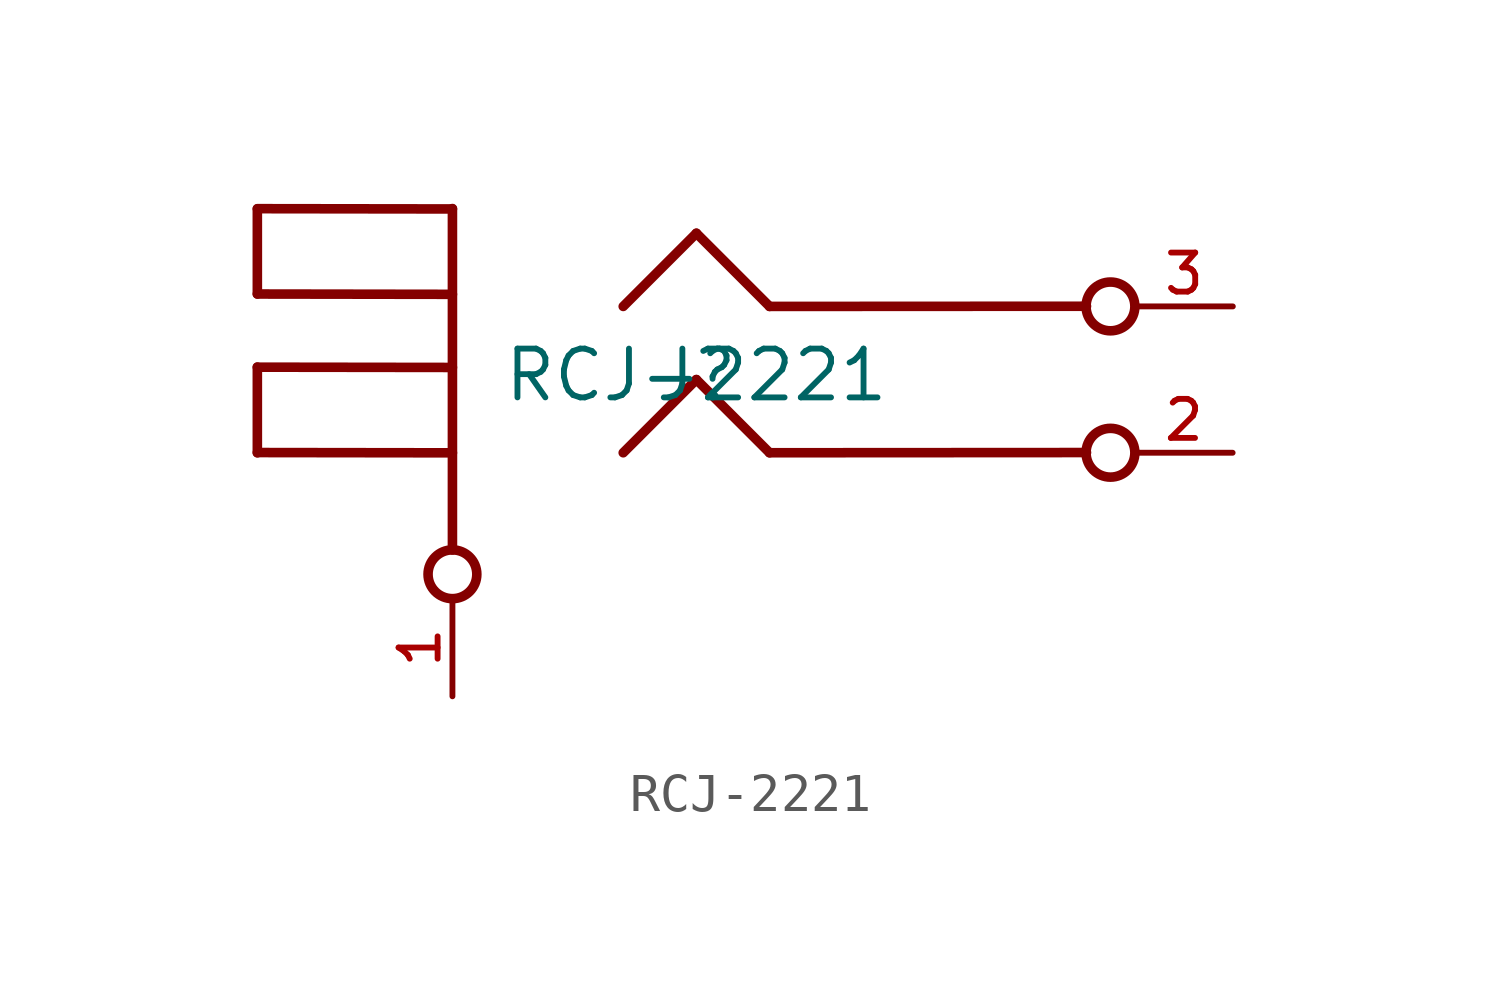
<source format=kicad_sym>
(kicad_symbol_lib
  (version 20211014)
  (generator kicad_symbol_editor)
  (symbol "RCJ-2221"
    (pin_names
      (offset 1.016))
    (property "Reference" "J"
      (at 0 0 0)
      (effects (font (size 1.27 1.27)) (justify bottom)))
    (property "Value" "RCJ-2221"
      (at 0 0.0 0)
      (effects (font (size 1.27 1.27)) (justify bottom)))
    (symbol "RCJ-2221_0_0"
      (circle (center -6.35 -4.442) (radius 0.635) (stroke (width 0.25)) (fill (type none)))
      (circle (center 10.784 2.532) (radius 0.635) (stroke (width 0.25)) (fill (type none)))
      (polyline (pts (xy -11.43 5.077) (xy -6.35 5.07)) (stroke (width 0.25)))
      (polyline (pts (xy -11.43 2.855) (xy -6.35 2.847)) (stroke (width 0.25)))
      (polyline (pts (xy 1.907 2.532) (xy 10.16 2.537)) (stroke (width 0.25)))
      (polyline (pts (xy 0.002 4.437) (xy 1.907 2.532)) (stroke (width 0.25)))
      (polyline (pts (xy -1.903 2.532) (xy 0.002 4.437)) (stroke (width 0.25)))
      (polyline (pts (xy -11.43 5.07) (xy -11.43 2.857)) (stroke (width 0.25)))
      (polyline (pts (xy -6.35 5.08) (xy -6.35 -3.81)) (stroke (width 0.25)))
      (polyline (pts (xy -11.43 0.95) (xy -6.35 0.943)) (stroke (width 0.25)))
      (polyline (pts (xy -11.43 -1.273) (xy -6.35 -1.28)) (stroke (width 0.25)))
      (polyline (pts (xy -11.43 0.952) (xy -11.43 -1.28)) (stroke (width 0.25)))
      (circle (center 10.784 -1.278) (radius 0.635) (stroke (width 0.25)) (fill (type none)))
      (polyline (pts (xy 1.907 -1.278) (xy 10.16 -1.273)) (stroke (width 0.25)))
      (polyline (pts (xy 0.002 0.627) (xy 1.907 -1.278)) (stroke (width 0.25)))
      (polyline (pts (xy -1.903 -1.278) (xy 0.002 0.627)) (stroke (width 0.25)))
      (pin passive line (at -6.35 -7.62 90.0) (length 2.54) (name "~" (effects (font (size 1.016 1.016)))) (number "1" (effects (font (size 1.016 1.016)))))
      (pin passive line (at 13.965 -1.278 180.0) (length 2.54) (name "~" (effects (font (size 1.016 1.016)))) (number "2" (effects (font (size 1.016 1.016)))))
      (pin passive line (at 13.97 2.532 180.0) (length 2.54) (name "~" (effects (font (size 1.016 1.016)))) (number "3" (effects (font (size 1.016 1.016))))))))
</source>
